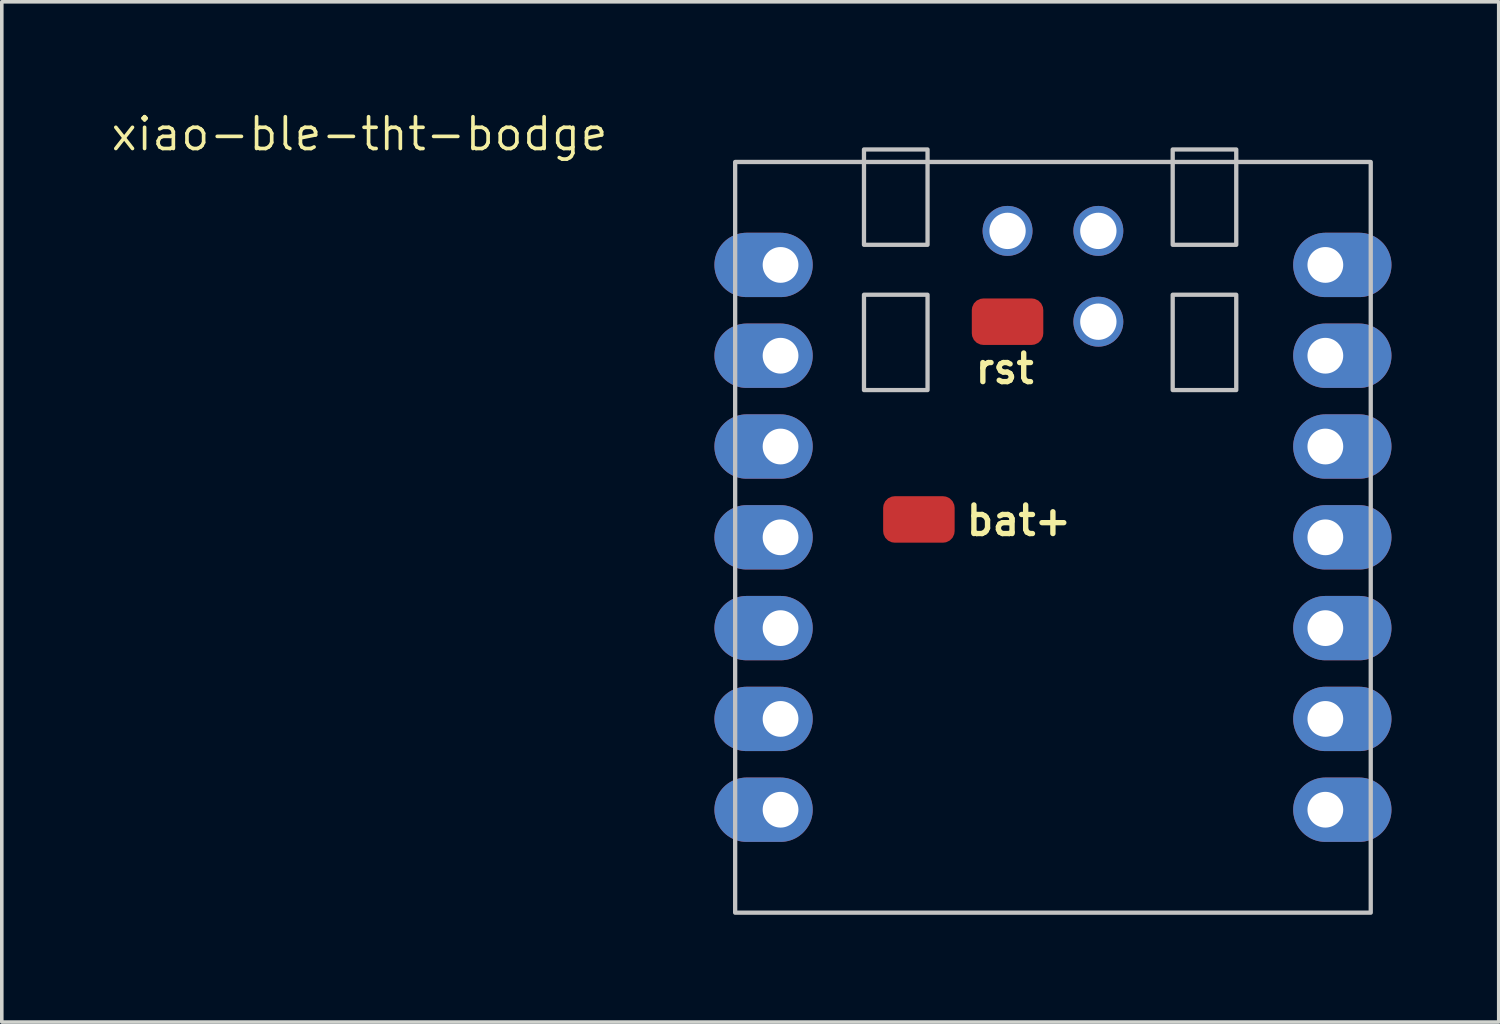
<source format=kicad_pcb>
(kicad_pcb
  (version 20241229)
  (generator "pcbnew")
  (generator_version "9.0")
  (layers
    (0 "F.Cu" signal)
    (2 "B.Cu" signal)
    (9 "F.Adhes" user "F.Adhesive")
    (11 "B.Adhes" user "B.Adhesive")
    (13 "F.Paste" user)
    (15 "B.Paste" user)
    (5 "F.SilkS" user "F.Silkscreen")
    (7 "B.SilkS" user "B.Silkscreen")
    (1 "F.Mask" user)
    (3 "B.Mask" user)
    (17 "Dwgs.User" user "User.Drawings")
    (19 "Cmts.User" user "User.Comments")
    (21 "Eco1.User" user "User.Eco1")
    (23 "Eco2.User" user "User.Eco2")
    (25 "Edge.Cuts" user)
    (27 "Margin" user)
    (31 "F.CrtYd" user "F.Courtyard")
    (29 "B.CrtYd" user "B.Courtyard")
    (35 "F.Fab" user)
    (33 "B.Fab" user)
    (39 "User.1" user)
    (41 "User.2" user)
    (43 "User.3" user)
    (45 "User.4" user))
  (footprint "xiao-ble-tht-bodge"
    (layer "F.Cu")
    (at 26.405 11.981)
    (property "Reference" "xiao-ble-tht-bodge" (at -19.399 -11.283 0) (layer "F.SilkS") (effects (font (size 0.889 0.889) (thickness 0.102))))
    (attr smd exclude_from_pos_files)
    (fp_rect (start -8.89 10.5) (end 8.89 -10.5) (stroke (width 0.12) (type solid)) (fill no) (layer "Dwgs.User"))
    (fp_rect (start -5.286 -6.786) (end -3.508 -4.119) (stroke (width 0.12) (type solid)) (fill no) (layer "Dwgs.User"))
    (fp_rect (start -3.508 -8.183) (end -5.286 -10.85) (stroke (width 0.12) (type solid)) (fill no) (layer "Dwgs.User"))
    (fp_rect (start 3.35 -10.85) (end 5.128 -8.183) (stroke (width 0.12) (type solid)) (fill no) (layer "Dwgs.User"))
    (fp_rect (start 3.35 -6.786) (end 5.128 -4.119) (stroke (width 0.12) (type solid)) (fill no) (layer "Dwgs.User"))
    (fp_text user "rst" (at -2.25 -4.25 0) (unlocked yes) (layer "F.SilkS") (effects (font (size 0.8 0.8) (thickness 0.15) (bold yes)) (justify left bottom)))
    (fp_text user "bat+" (at -2.5 0 0) (unlocked yes) (layer "F.SilkS") (effects (font (size 0.8 0.8) (thickness 0.15) (bold yes)) (justify left bottom)))
    (pad "1" thru_hole oval (at -7.62 -7.62) (size 2.75 1.8) (drill 1 (offset -0.475 0)) (layers "*.Cu" "*.Mask"))
    (pad "2" thru_hole oval (at -7.62 -5.08) (size 2.75 1.8) (drill 1 (offset -0.475 0)) (layers "*.Cu" "*.Mask"))
    (pad "3" thru_hole oval (at -7.62 -2.54) (size 2.75 1.8) (drill 1 (offset -0.475 0)) (layers "*.Cu" "*.Mask"))
    (pad "4" thru_hole oval (at -7.62 0) (size 2.75 1.8) (drill 1 (offset -0.475 0)) (layers "*.Cu" "*.Mask"))
    (pad "5" thru_hole oval (at -7.62 2.54) (size 2.75 1.8) (drill 1 (offset -0.475 0)) (layers "*.Cu" "*.Mask"))
    (pad "6" thru_hole oval (at -7.62 5.08) (size 2.75 1.8) (drill 1 (offset -0.475 0)) (layers "*.Cu" "*.Mask"))
    (pad "7" thru_hole oval (at -7.62 7.62) (size 2.75 1.8) (drill 1 (offset -0.475 0)) (layers "*.Cu" "*.Mask"))
    (pad "8" thru_hole oval (at 7.62 7.62 180) (size 2.75 1.8) (drill 1 (offset -0.475 0)) (layers "*.Cu" "*.Mask"))
    (pad "9" thru_hole oval (at 7.62 5.08 180) (size 2.75 1.8) (drill 1 (offset -0.475 0)) (layers "*.Cu" "*.Mask"))
    (pad "10" thru_hole oval (at 7.62 2.54 180) (size 2.75 1.8) (drill 1 (offset -0.475 0)) (layers "*.Cu" "*.Mask"))
    (pad "11" thru_hole oval (at 7.62 0 180) (size 2.75 1.8) (drill 1 (offset -0.475 0)) (layers "*.Cu" "*.Mask"))
    (pad "12" thru_hole oval (at 7.62 -2.54 180) (size 2.75 1.8) (drill 1 (offset -0.475 0)) (layers "*.Cu" "*.Mask"))
    (pad "13" thru_hole oval (at 7.62 -5.08 180) (size 2.75 1.8) (drill 1 (offset -0.475 0)) (layers "*.Cu" "*.Mask"))
    (pad "14" thru_hole oval (at 7.62 -7.62 180) (size 2.75 1.8) (drill 1 (offset -0.475 0)) (layers "*.Cu" "*.Mask"))
    (pad "15" thru_hole circle (at -1.27 -8.572 90) (size 1.397 1.397) (drill 1.016) (layers "*.Cu" "*.Mask"))
    (pad "16" thru_hole circle (at 1.27 -8.572 90) (size 1.397 1.397) (drill 1.016) (layers "*.Cu" "*.Mask"))
    (pad "17" smd roundrect (at -1.27 -6.032 180) (size 2 1.3) (layers "F.Cu" "F.Mask" "F.Paste") (roundrect_rratio 0.25))
    (pad "18" thru_hole circle (at 1.27 -6.032 90) (size 1.397 1.397) (drill 1.016) (layers "*.Cu" "*.Mask"))
    (pad "19" smd roundrect (at -3.75 -0.5 180) (size 2 1.3) (layers "F.Cu" "F.Mask" "F.Paste") (roundrect_rratio 0.25)))
  (gr_rect
    (start -3 -3)
    (end 38.875 25.541)
    (stroke (width 0.1) (type default))
    (fill no)
    (layer "Edge.Cuts")))
</source>
